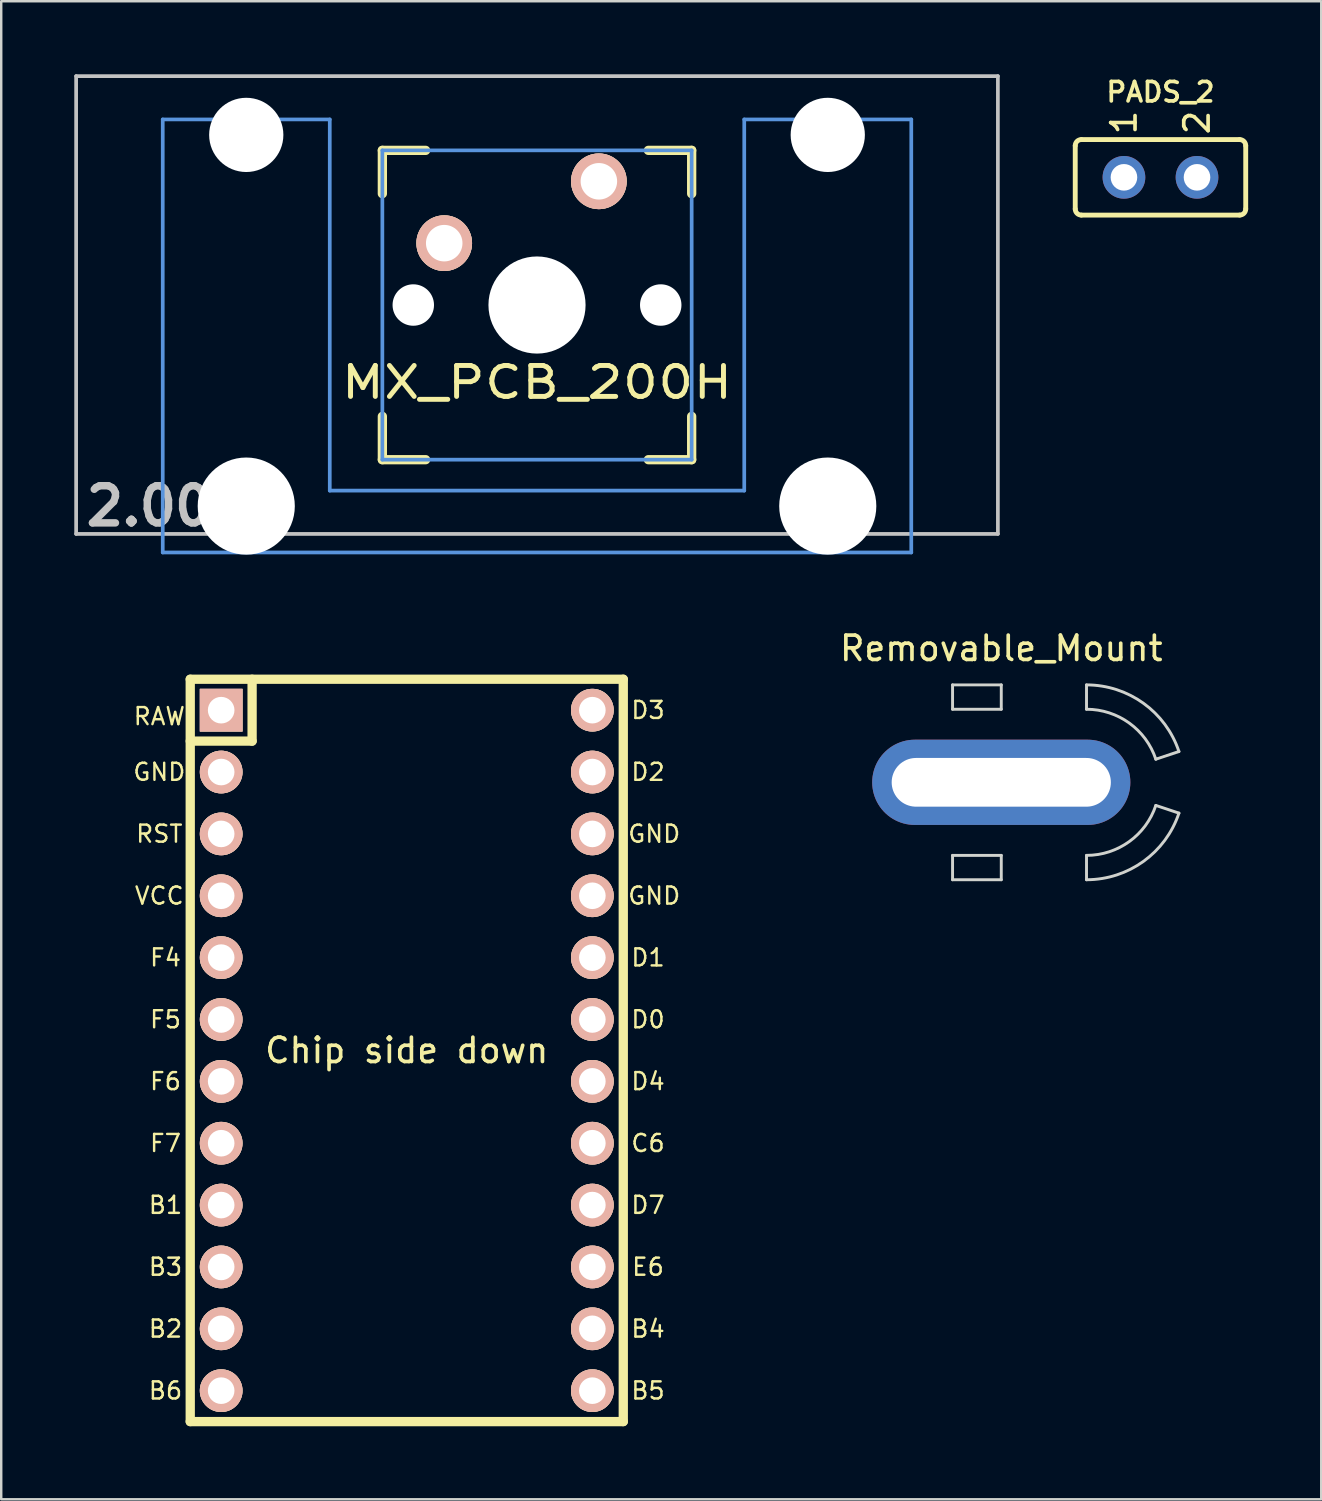
<source format=kicad_pcb>
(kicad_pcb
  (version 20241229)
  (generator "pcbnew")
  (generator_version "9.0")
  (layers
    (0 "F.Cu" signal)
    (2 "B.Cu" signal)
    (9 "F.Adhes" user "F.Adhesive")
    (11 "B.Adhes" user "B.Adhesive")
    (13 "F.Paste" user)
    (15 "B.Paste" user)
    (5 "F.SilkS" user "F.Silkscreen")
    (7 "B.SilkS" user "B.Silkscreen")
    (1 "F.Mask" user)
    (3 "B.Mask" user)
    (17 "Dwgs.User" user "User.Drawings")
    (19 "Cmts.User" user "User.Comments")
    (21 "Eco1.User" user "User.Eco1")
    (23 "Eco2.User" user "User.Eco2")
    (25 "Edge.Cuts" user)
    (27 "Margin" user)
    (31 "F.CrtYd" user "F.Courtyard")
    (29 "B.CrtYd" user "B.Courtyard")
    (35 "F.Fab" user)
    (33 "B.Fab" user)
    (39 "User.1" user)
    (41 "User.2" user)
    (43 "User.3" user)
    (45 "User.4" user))
  (footprint "PADS_2"
    (layer "F.Cu")
    (at 44.598 4.231)
    (property "Reference" "PADS_2" (at 0 -3.5 0) (layer "F.SilkS") (effects (font (size 0.8 0.8) (thickness 0.15))))
    (attr exclude_from_pos_files exclude_from_bom)
    (fp_line (start -3.5 -1.3) (end -3.5 1.3) (stroke (width 0.2) (type solid)) (layer "F.SilkS"))
    (fp_line (start -3.25 -1.55) (end 3.25 -1.55) (stroke (width 0.2) (type solid)) (layer "F.SilkS"))
    (fp_line (start -3.25 1.55) (end 3.25 1.55) (stroke (width 0.2) (type solid)) (layer "F.SilkS"))
    (fp_line (start 3.5 -1.3) (end 3.5 1.3) (stroke (width 0.2) (type solid)) (layer "F.SilkS"))
    (fp_arc (start -3.5 -1.3) (mid -3.426777 -1.476777) (end -3.25 -1.55) (stroke (width 0.2) (type solid)) (layer "F.SilkS"))
    (fp_arc (start -3.25 1.55) (mid -3.426777 1.476777) (end -3.5 1.3) (stroke (width 0.2) (type solid)) (layer "F.SilkS"))
    (fp_arc (start 3.25 -1.55) (mid 3.426777 -1.476777) (end 3.5 -1.3) (stroke (width 0.2) (type solid)) (layer "F.SilkS"))
    (fp_arc (start 3.5 1.3) (mid 3.426777 1.476777) (end 3.25 1.55) (stroke (width 0.2) (type solid)) (layer "F.SilkS"))
    (fp_text user "2" (at 1.5 -2.25 90) (layer "F.SilkS") (effects (font (size 1 1) (thickness 0.15))))
    (fp_text user "1" (at -1.5 -2.25 90) (layer "F.SilkS") (effects (font (size 1 1) (thickness 0.15))))
    (pad "1" thru_hole circle (at -1.5 0) (size 1.753 1.753) (drill 1.092) (layers "*.Cu" "*.Mask"))
    (pad "2" thru_hole circle (at 1.5 0) (size 1.753 1.753) (drill 1.092) (layers "*.Cu" "*.Mask")))
  (footprint "Removable_Mount"
    (layer "F.Cu")
    (at 38.061 29.071)
    (property "Reference" "Removable_Mount" (at 0 -5.5 0) (layer "F.SilkS") (effects (font (size 1 1) (thickness 0.15))))
    (attr through_hole)
    (fp_line (start -2 -4) (end 0 -4) (stroke (width 0.12) (type solid)) (layer "Edge.Cuts"))
    (fp_line (start -2 -3) (end -2 -4) (stroke (width 0.12) (type solid)) (layer "Edge.Cuts"))
    (fp_line (start -2 4) (end -2 3) (stroke (width 0.12) (type solid)) (layer "Edge.Cuts"))
    (fp_line (start -2 4) (end 0 4) (stroke (width 0.12) (type solid)) (layer "Edge.Cuts"))
    (fp_line (start 0 -4) (end 0 -3) (stroke (width 0.12) (type solid)) (layer "Edge.Cuts"))
    (fp_line (start 0 -3) (end -2 -3) (stroke (width 0.12) (type solid)) (layer "Edge.Cuts"))
    (fp_line (start 0 3) (end -2 3) (stroke (width 0.12) (type solid)) (layer "Edge.Cuts"))
    (fp_line (start 0 3) (end 0 4) (stroke (width 0.12) (type solid)) (layer "Edge.Cuts"))
    (fp_line (start 3.5 -4) (end 3.5 -3) (stroke (width 0.12) (type solid)) (layer "Edge.Cuts"))
    (fp_line (start 3.5 3) (end 3.5 4) (stroke (width 0.12) (type solid)) (layer "Edge.Cuts"))
    (fp_line (start 6.346 -0.949) (end 7.295 -1.265) (stroke (width 0.12) (type solid)) (layer "Edge.Cuts"))
    (fp_line (start 6.346 0.949) (end 7.295 1.265) (stroke (width 0.12) (type solid)) (layer "Edge.Cuts"))
    (fp_arc (start 3.5 -4) (mid 5.838841 -3.244969) (end 7.294733 -1.264911) (stroke (width 0.12) (type solid)) (layer "Edge.Cuts"))
    (fp_arc (start 3.5 -3) (mid 5.254131 -2.433726) (end 6.34605 -0.948683) (stroke (width 0.12) (type solid)) (layer "Edge.Cuts"))
    (fp_arc (start 6.34605 0.948683) (mid 5.254131 2.433726) (end 3.5 3) (stroke (width 0.12) (type solid)) (layer "Edge.Cuts"))
    (fp_arc (start 7.294733 1.264911) (mid 5.838841 3.244969) (end 3.5 4) (stroke (width 0.12) (type solid)) (layer "Edge.Cuts"))
    (pad "1" thru_hole oval (at 0 0) (size 10.6 3.5) (drill oval 9 2) (layers "*.Cu" "*.Mask")))
  (footprint "Pro_Micro_ChipSideDown"
    (layer "F.Cu")
    (at 13.651 38.555)
    (property "Reference" "Pro_Micro_ChipSideDown" (at 0.508 -14.732 0) (layer "Eco1.User") (effects (font (size 1.27 1.524) (thickness 0.203))))
    (attr through_hole)
    (fp_line (start -8.89 -13.716) (end -8.89 16.764) (stroke (width 0.381) (type solid)) (layer "F.SilkS"))
    (fp_line (start -8.89 16.764) (end 8.89 16.764) (stroke (width 0.381) (type solid)) (layer "F.SilkS"))
    (fp_line (start -6.35 -13.716) (end -6.35 -11.176) (stroke (width 0.381) (type solid)) (layer "F.SilkS"))
    (fp_line (start -6.35 -11.176) (end -8.89 -11.176) (stroke (width 0.381) (type solid)) (layer "F.SilkS"))
    (fp_line (start 8.89 -13.716) (end -8.89 -13.716) (stroke (width 0.381) (type solid)) (layer "F.SilkS"))
    (fp_line (start 8.89 16.764) (end 8.89 -13.716) (stroke (width 0.381) (type solid)) (layer "F.SilkS"))
    (fp_text user "Chip side down" (at 0 1.524 0) (layer "F.SilkS") (effects (font (size 1 1) (thickness 0.15))))
    (fp_text user "F5" (at -9.906 0.254 0) (layer "F.SilkS") (effects (font (size 0.7 0.7) (thickness 0.1))))
    (fp_text user "D2" (at 9.906 -9.906 0) (layer "F.SilkS") (effects (font (size 0.7 0.7) (thickness 0.1))))
    (fp_text user "B4" (at 9.906 12.954 0) (layer "F.SilkS") (effects (font (size 0.7 0.7) (thickness 0.1))))
    (fp_text user "GND" (at 10.16 -7.366 0) (layer "F.SilkS") (effects (font (size 0.7 0.7) (thickness 0.1))))
    (fp_text user "F4" (at -9.906 -2.286 0) (layer "F.SilkS") (effects (font (size 0.7 0.7) (thickness 0.1))))
    (fp_text user "F6" (at -9.906 2.794 0) (layer "F.SilkS") (effects (font (size 0.7 0.7) (thickness 0.1))))
    (fp_text user "GND" (at -10.16 -9.906 0) (layer "F.SilkS") (effects (font (size 0.7 0.7) (thickness 0.1))))
    (fp_text user "C6" (at 9.906 5.334 0) (layer "F.SilkS") (effects (font (size 0.7 0.7) (thickness 0.1))))
    (fp_text user "B3" (at -9.906 10.414 0) (layer "F.SilkS") (effects (font (size 0.7 0.7) (thickness 0.1))))
    (fp_text user "RST" (at -10.16 -7.366 0) (layer "F.SilkS") (effects (font (size 0.7 0.7) (thickness 0.1))))
    (fp_text user "D4" (at 9.906 2.794 0) (layer "F.SilkS") (effects (font (size 0.7 0.7) (thickness 0.1))))
    (fp_text user "D3" (at 9.906 -12.446 0) (layer "F.SilkS") (effects (font (size 0.7 0.7) (thickness 0.1))))
    (fp_text user "B5" (at 9.906 15.494 0) (layer "F.SilkS") (effects (font (size 0.7 0.7) (thickness 0.1))))
    (fp_text user "F7" (at -9.906 5.334 0) (layer "F.SilkS") (effects (font (size 0.7 0.7) (thickness 0.1))))
    (fp_text user "D0" (at 9.906 0.254 0) (layer "F.SilkS") (effects (font (size 0.7 0.7) (thickness 0.1))))
    (fp_text user "B6" (at -9.906 15.494 0) (layer "F.SilkS") (effects (font (size 0.7 0.7) (thickness 0.1))))
    (fp_text user "VCC" (at -10.16 -4.826 0) (layer "F.SilkS") (effects (font (size 0.7 0.7) (thickness 0.1))))
    (fp_text user "RAW" (at -10.16 -12.192 0) (layer "F.SilkS") (effects (font (size 0.7 0.7) (thickness 0.1))))
    (fp_text user "D1" (at 9.906 -2.286 0) (layer "F.SilkS") (effects (font (size 0.7 0.7) (thickness 0.1))))
    (fp_text user "B1" (at -9.906 7.874 0) (layer "F.SilkS") (effects (font (size 0.7 0.7) (thickness 0.1))))
    (fp_text user "GND" (at 10.16 -4.826 0) (layer "F.SilkS") (effects (font (size 0.7 0.7) (thickness 0.1))))
    (fp_text user "E6" (at 9.906 10.414 0) (layer "F.SilkS") (effects (font (size 0.7 0.7) (thickness 0.1))))
    (fp_text user "D7" (at 9.906 7.874 0) (layer "F.SilkS") (effects (font (size 0.7 0.7) (thickness 0.1))))
    (fp_text user "B2" (at -9.906 12.954 0) (layer "F.SilkS") (effects (font (size 0.7 0.7) (thickness 0.1))))
    (pad "1" thru_hole rect (at -7.62 -12.446 270) (size 1.753 1.753) (drill 1.092) (layers "*.Cu" "*.SilkS" "*.Mask"))
    (pad "2" thru_hole circle (at -7.62 -9.906 270) (size 1.753 1.753) (drill 1.092) (layers "*.Cu" "*.SilkS" "*.Mask"))
    (pad "3" thru_hole circle (at -7.62 -7.366 270) (size 1.753 1.753) (drill 1.092) (layers "*.Cu" "*.SilkS" "*.Mask"))
    (pad "4" thru_hole circle (at -7.62 -4.826 270) (size 1.753 1.753) (drill 1.092) (layers "*.Cu" "*.SilkS" "*.Mask"))
    (pad "5" thru_hole circle (at -7.62 -2.286 270) (size 1.753 1.753) (drill 1.092) (layers "*.Cu" "*.SilkS" "*.Mask"))
    (pad "6" thru_hole circle (at -7.62 0.254 270) (size 1.753 1.753) (drill 1.092) (layers "*.Cu" "*.SilkS" "*.Mask"))
    (pad "7" thru_hole circle (at -7.62 2.794 270) (size 1.753 1.753) (drill 1.092) (layers "*.Cu" "*.SilkS" "*.Mask"))
    (pad "8" thru_hole circle (at -7.62 5.334 270) (size 1.753 1.753) (drill 1.092) (layers "*.Cu" "*.SilkS" "*.Mask"))
    (pad "9" thru_hole circle (at -7.62 7.874 270) (size 1.753 1.753) (drill 1.092) (layers "*.Cu" "*.SilkS" "*.Mask"))
    (pad "10" thru_hole circle (at -7.62 10.414 270) (size 1.753 1.753) (drill 1.092) (layers "*.Cu" "*.SilkS" "*.Mask"))
    (pad "11" thru_hole circle (at -7.62 12.954 270) (size 1.753 1.753) (drill 1.092) (layers "*.Cu" "*.SilkS" "*.Mask"))
    (pad "12" thru_hole circle (at -7.62 15.494 270) (size 1.753 1.753) (drill 1.092) (layers "*.Cu" "*.SilkS" "*.Mask"))
    (pad "13" thru_hole circle (at 7.62 -12.446 270) (size 1.753 1.753) (drill 1.092) (layers "*.Cu" "*.SilkS" "*.Mask"))
    (pad "14" thru_hole circle (at 7.62 -9.906 270) (size 1.753 1.753) (drill 1.092) (layers "*.Cu" "*.SilkS" "*.Mask"))
    (pad "15" thru_hole circle (at 7.62 -7.366 270) (size 1.753 1.753) (drill 1.092) (layers "*.Cu" "*.SilkS" "*.Mask"))
    (pad "16" thru_hole circle (at 7.62 -4.826 270) (size 1.753 1.753) (drill 1.092) (layers "*.Cu" "*.SilkS" "*.Mask"))
    (pad "17" thru_hole circle (at 7.62 -2.286 270) (size 1.753 1.753) (drill 1.092) (layers "*.Cu" "*.SilkS" "*.Mask"))
    (pad "18" thru_hole circle (at 7.62 0.254 270) (size 1.753 1.753) (drill 1.092) (layers "*.Cu" "*.SilkS" "*.Mask"))
    (pad "19" thru_hole circle (at 7.62 2.794 270) (size 1.753 1.753) (drill 1.092) (layers "*.Cu" "*.SilkS" "*.Mask"))
    (pad "20" thru_hole circle (at 7.62 5.334 270) (size 1.753 1.753) (drill 1.092) (layers "*.Cu" "*.SilkS" "*.Mask"))
    (pad "21" thru_hole circle (at 7.62 7.874 270) (size 1.753 1.753) (drill 1.092) (layers "*.Cu" "*.SilkS" "*.Mask"))
    (pad "22" thru_hole circle (at 7.62 10.414 270) (size 1.753 1.753) (drill 1.092) (layers "*.Cu" "*.SilkS" "*.Mask"))
    (pad "23" thru_hole circle (at 7.62 12.954 270) (size 1.753 1.753) (drill 1.092) (layers "*.Cu" "*.SilkS" "*.Mask"))
    (pad "24" thru_hole circle (at 7.62 15.494 270) (size 1.753 1.753) (drill 1.092) (layers "*.Cu" "*.SilkS" "*.Mask")))
  (footprint "MX_PCB_200H"
    (layer "F.Cu")
    (at 18.999 9.474)
    (property "Reference" "MX_PCB_200H" (at 0 3.175 0) (layer "F.SilkS") (effects (font (size 1.27 1.524) (thickness 0.203))))
    (attr through_hole)
    (fp_line (start -6.35 -6.35) (end -4.572 -6.35) (stroke (width 0.381) (type solid)) (layer "F.SilkS"))
    (fp_line (start -6.35 -4.572) (end -6.35 -6.35) (stroke (width 0.381) (type solid)) (layer "F.SilkS"))
    (fp_line (start -6.35 6.35) (end -6.35 4.572) (stroke (width 0.381) (type solid)) (layer "F.SilkS"))
    (fp_line (start -4.572 6.35) (end -6.35 6.35) (stroke (width 0.381) (type solid)) (layer "F.SilkS"))
    (fp_line (start 4.572 -6.35) (end 6.35 -6.35) (stroke (width 0.381) (type solid)) (layer "F.SilkS"))
    (fp_line (start 6.35 -6.35) (end 6.35 -4.572) (stroke (width 0.381) (type solid)) (layer "F.SilkS"))
    (fp_line (start 6.35 4.572) (end 6.35 6.35) (stroke (width 0.381) (type solid)) (layer "F.SilkS"))
    (fp_line (start 6.35 6.35) (end 4.572 6.35) (stroke (width 0.381) (type solid)) (layer "F.SilkS"))
    (fp_line (start -18.923 -9.398) (end 18.923 -9.398) (stroke (width 0.152) (type solid)) (layer "Dwgs.User"))
    (fp_line (start -18.923 9.398) (end -18.923 -9.398) (stroke (width 0.152) (type solid)) (layer "Dwgs.User"))
    (fp_line (start 18.923 -9.398) (end 18.923 9.398) (stroke (width 0.152) (type solid)) (layer "Dwgs.User"))
    (fp_line (start 18.923 9.398) (end -18.923 9.398) (stroke (width 0.152) (type solid)) (layer "Dwgs.User"))
    (fp_line (start -15.367 -7.62) (end -15.367 10.16) (stroke (width 0.152) (type solid)) (layer "Cmts.User"))
    (fp_line (start -15.367 10.16) (end 15.367 10.16) (stroke (width 0.152) (type solid)) (layer "Cmts.User"))
    (fp_line (start -8.509 -7.62) (end -15.367 -7.62) (stroke (width 0.152) (type solid)) (layer "Cmts.User"))
    (fp_line (start -8.509 7.62) (end -8.509 -7.62) (stroke (width 0.152) (type solid)) (layer "Cmts.User"))
    (fp_line (start -6.35 -6.35) (end 6.35 -6.35) (stroke (width 0.152) (type solid)) (layer "Cmts.User"))
    (fp_line (start -6.35 6.35) (end -6.35 -6.35) (stroke (width 0.152) (type solid)) (layer "Cmts.User"))
    (fp_line (start 6.35 -6.35) (end 6.35 6.35) (stroke (width 0.152) (type solid)) (layer "Cmts.User"))
    (fp_line (start 6.35 6.35) (end -6.35 6.35) (stroke (width 0.152) (type solid)) (layer "Cmts.User"))
    (fp_line (start 8.509 -7.62) (end 8.509 7.62) (stroke (width 0.152) (type solid)) (layer "Cmts.User"))
    (fp_line (start 8.509 7.62) (end -8.509 7.62) (stroke (width 0.152) (type solid)) (layer "Cmts.User"))
    (fp_line (start 15.367 -7.62) (end 8.509 -7.62) (stroke (width 0.152) (type solid)) (layer "Cmts.User"))
    (fp_line (start 15.367 10.16) (end 15.367 -7.62) (stroke (width 0.152) (type solid)) (layer "Cmts.User"))
    (fp_line (start -16.129 -2.286) (end -15.265 -2.286) (stroke (width 0.152) (type solid)) (layer "Eco2.User"))
    (fp_line (start -16.129 0.508) (end -16.129 -2.286) (stroke (width 0.152) (type solid)) (layer "Eco2.User"))
    (fp_line (start -15.265 -5.69) (end -8.611 -5.69) (stroke (width 0.152) (type solid)) (layer "Eco2.User"))
    (fp_line (start -15.265 -2.286) (end -15.265 -5.69) (stroke (width 0.152) (type solid)) (layer "Eco2.User"))
    (fp_line (start -15.265 0.508) (end -16.129 0.508) (stroke (width 0.152) (type solid)) (layer "Eco2.User"))
    (fp_line (start -15.265 6.604) (end -15.265 0.508) (stroke (width 0.152) (type solid)) (layer "Eco2.User"))
    (fp_line (start -14.224 6.604) (end -15.265 6.604) (stroke (width 0.152) (type solid)) (layer "Eco2.User"))
    (fp_line (start -14.224 7.772) (end -14.224 6.604) (stroke (width 0.152) (type solid)) (layer "Eco2.User"))
    (fp_line (start -9.652 6.604) (end -9.652 7.772) (stroke (width 0.152) (type solid)) (layer "Eco2.User"))
    (fp_line (start -9.652 7.772) (end -14.224 7.772) (stroke (width 0.152) (type solid)) (layer "Eco2.User"))
    (fp_line (start -8.611 -5.69) (end -8.611 -4.877) (stroke (width 0.152) (type solid)) (layer "Eco2.User"))
    (fp_line (start -8.611 -4.877) (end -6.985 -4.877) (stroke (width 0.152) (type solid)) (layer "Eco2.User"))
    (fp_line (start -8.611 5.817) (end -8.611 6.604) (stroke (width 0.152) (type solid)) (layer "Eco2.User"))
    (fp_line (start -8.611 6.604) (end -9.652 6.604) (stroke (width 0.152) (type solid)) (layer "Eco2.User"))
    (fp_line (start -6.985 -6.985) (end 6.985 -6.985) (stroke (width 0.152) (type solid)) (layer "Eco2.User"))
    (fp_line (start -6.985 -4.877) (end -6.985 -6.985) (stroke (width 0.152) (type solid)) (layer "Eco2.User"))
    (fp_line (start -6.985 5.817) (end -8.611 5.817) (stroke (width 0.152) (type solid)) (layer "Eco2.User"))
    (fp_line (start -6.985 6.985) (end -6.985 5.817) (stroke (width 0.152) (type solid)) (layer "Eco2.User"))
    (fp_line (start 6.985 -6.985) (end 6.985 -4.877) (stroke (width 0.152) (type solid)) (layer "Eco2.User"))
    (fp_line (start 6.985 -4.877) (end 8.611 -4.877) (stroke (width 0.152) (type solid)) (layer "Eco2.User"))
    (fp_line (start 6.985 5.817) (end 6.985 6.985) (stroke (width 0.152) (type solid)) (layer "Eco2.User"))
    (fp_line (start 6.985 6.985) (end -6.985 6.985) (stroke (width 0.152) (type solid)) (layer "Eco2.User"))
    (fp_line (start 8.611 -5.69) (end 15.265 -5.69) (stroke (width 0.152) (type solid)) (layer "Eco2.User"))
    (fp_line (start 8.611 -4.877) (end 8.611 -5.69) (stroke (width 0.152) (type solid)) (layer "Eco2.User"))
    (fp_line (start 8.611 5.817) (end 6.985 5.817) (stroke (width 0.152) (type solid)) (layer "Eco2.User"))
    (fp_line (start 8.611 6.604) (end 8.611 5.817) (stroke (width 0.152) (type solid)) (layer "Eco2.User"))
    (fp_line (start 9.652 6.604) (end 8.611 6.604) (stroke (width 0.152) (type solid)) (layer "Eco2.User"))
    (fp_line (start 9.652 7.772) (end 9.652 6.604) (stroke (width 0.152) (type solid)) (layer "Eco2.User"))
    (fp_line (start 14.224 6.604) (end 14.224 7.772) (stroke (width 0.152) (type solid)) (layer "Eco2.User"))
    (fp_line (start 14.224 7.772) (end 9.652 7.772) (stroke (width 0.152) (type solid)) (layer "Eco2.User"))
    (fp_line (start 15.265 -5.69) (end 15.265 -2.286) (stroke (width 0.152) (type solid)) (layer "Eco2.User"))
    (fp_line (start 15.265 -2.286) (end 16.129 -2.286) (stroke (width 0.152) (type solid)) (layer "Eco2.User"))
    (fp_line (start 15.265 0.508) (end 15.265 6.604) (stroke (width 0.152) (type solid)) (layer "Eco2.User"))
    (fp_line (start 15.265 6.604) (end 14.224 6.604) (stroke (width 0.152) (type solid)) (layer "Eco2.User"))
    (fp_line (start 16.129 -2.286) (end 16.129 0.508) (stroke (width 0.152) (type solid)) (layer "Eco2.User"))
    (fp_line (start 16.129 0.508) (end 15.265 0.508) (stroke (width 0.152) (type solid)) (layer "Eco2.User"))
    (fp_text user "2.00u" (at -15.24 8.255 0) (layer "Dwgs.User") (effects (font (size 1.524 1.524) (thickness 0.305))))
    (pad "" np_thru_hole circle (at -11.938 -6.985 180) (size 3.048 3.048) (drill 3.048) (layers "*.Cu"))
    (pad "" np_thru_hole circle (at -11.938 8.255 180) (size 3.988 3.988) (drill 3.988) (layers "*.Cu"))
    (pad "" np_thru_hole circle (at -5.08 0 180) (size 1.702 1.702) (drill 1.702) (layers "*.Cu"))
    (pad "" np_thru_hole circle (at 0 0) (size 3.988 3.988) (drill 3.988) (layers "*.Cu"))
    (pad "" np_thru_hole circle (at 5.08 0 180) (size 1.702 1.702) (drill 1.702) (layers "*.Cu"))
    (pad "" np_thru_hole circle (at 11.938 -6.985 180) (size 3.048 3.048) (drill 3.048) (layers "*.Cu"))
    (pad "" np_thru_hole circle (at 11.938 8.255 180) (size 3.988 3.988) (drill 3.988) (layers "*.Cu"))
    (pad "1" thru_hole circle (at 2.54 -5.08) (size 2.286 2.286) (drill 1.499) (layers "*.Cu" "*.SilkS" "*.Mask"))
    (pad "2" thru_hole circle (at -3.81 -2.54) (size 2.286 2.286) (drill 1.499) (layers "*.Cu" "*.SilkS" "*.Mask")))
  (gr_rect
    (start -3 -3)
    (end 51.198 58.509)
    (stroke (width 0.1) (type default))
    (fill no)
    (layer "Edge.Cuts")))
</source>
